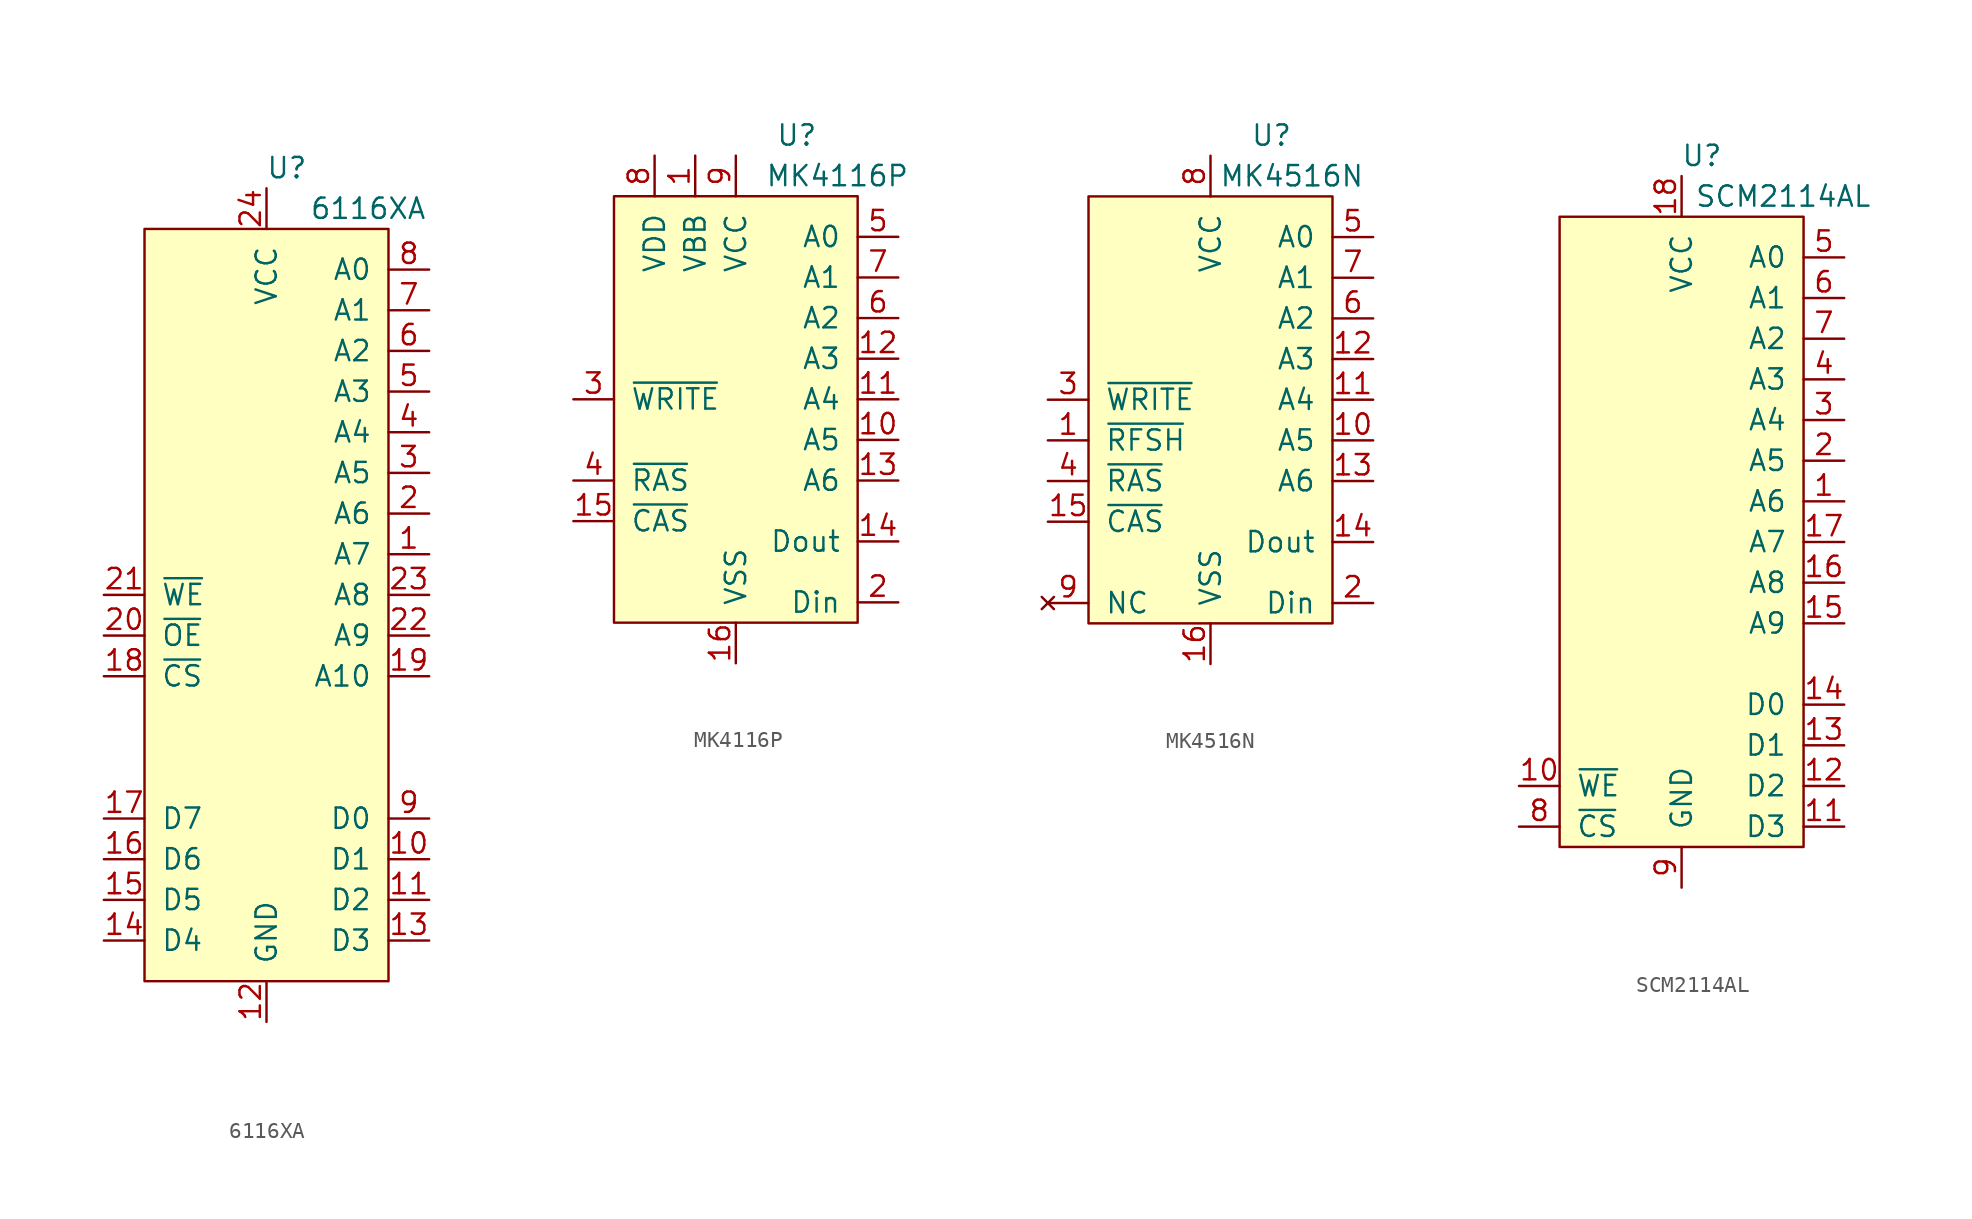
<source format=kicad_sym>
(kicad_symbol_lib
  (version 20220914)
  (generator kicad_symbol_editor)
  (symbol "6116XA"
    (pin_names
      (offset 1.016))
    (property "Reference" "U"
      (at 1.27 7.62 0)
      (effects (font (size 1.27 1.27))))
    (property "Value" "6116XA"
      (at 6.35 5.08 0)
      (effects (font (size 1.27 1.27))))
    (symbol "6116XA_0_1"
      (rectangle (start -7.62 3.81) (end 7.62 -43.18) (stroke (width 0) (type default)) (fill (type background))))
    (symbol "6116XA_1_1"
      (pin input line (at 10.16 -16.51 180) (length 2.54) (name "A7" (effects (font (size 1.27 1.27)))) (number "1" (effects (font (size 1.27 1.27)))))
      (pin bidirectional line (at 10.16 -35.56 180) (length 2.54) (name "D1" (effects (font (size 1.27 1.27)))) (number "10" (effects (font (size 1.27 1.27)))))
      (pin bidirectional line (at 10.16 -38.1 180) (length 2.54) (name "D2" (effects (font (size 1.27 1.27)))) (number "11" (effects (font (size 1.27 1.27)))))
      (pin power_in line (at 0 -45.72 90) (length 2.54) (name "GND" (effects (font (size 1.27 1.27)))) (number "12" (effects (font (size 1.27 1.27)))))
      (pin bidirectional line (at 10.16 -40.64 180) (length 2.54) (name "D3" (effects (font (size 1.27 1.27)))) (number "13" (effects (font (size 1.27 1.27)))))
      (pin bidirectional line (at -10.16 -40.64 0) (length 2.54) (name "D4" (effects (font (size 1.27 1.27)))) (number "14" (effects (font (size 1.27 1.27)))))
      (pin bidirectional line (at -10.16 -38.1 0) (length 2.54) (name "D5" (effects (font (size 1.27 1.27)))) (number "15" (effects (font (size 1.27 1.27)))))
      (pin bidirectional line (at -10.16 -35.56 0) (length 2.54) (name "D6" (effects (font (size 1.27 1.27)))) (number "16" (effects (font (size 1.27 1.27)))))
      (pin bidirectional line (at -10.16 -33.02 0) (length 2.54) (name "D7" (effects (font (size 1.27 1.27)))) (number "17" (effects (font (size 1.27 1.27)))))
      (pin input line (at -10.16 -24.13 0) (length 2.54) (name "~{CS}" (effects (font (size 1.27 1.27)))) (number "18" (effects (font (size 1.27 1.27)))))
      (pin input line (at 10.16 -24.13 180) (length 2.54) (name "A10" (effects (font (size 1.27 1.27)))) (number "19" (effects (font (size 1.27 1.27)))))
      (pin input line (at 10.16 -13.97 180) (length 2.54) (name "A6" (effects (font (size 1.27 1.27)))) (number "2" (effects (font (size 1.27 1.27)))))
      (pin input line (at -10.16 -21.59 0) (length 2.54) (name "~{OE}" (effects (font (size 1.27 1.27)))) (number "20" (effects (font (size 1.27 1.27)))))
      (pin input line (at -10.16 -19.05 0) (length 2.54) (name "~{WE}" (effects (font (size 1.27 1.27)))) (number "21" (effects (font (size 1.27 1.27)))))
      (pin input line (at 10.16 -21.59 180) (length 2.54) (name "A9" (effects (font (size 1.27 1.27)))) (number "22" (effects (font (size 1.27 1.27)))))
      (pin input line (at 10.16 -19.05 180) (length 2.54) (name "A8" (effects (font (size 1.27 1.27)))) (number "23" (effects (font (size 1.27 1.27)))))
      (pin power_in line (at 0 6.35 270) (length 2.54) (name "VCC" (effects (font (size 1.27 1.27)))) (number "24" (effects (font (size 1.27 1.27)))))
      (pin input line (at 10.16 -11.43 180) (length 2.54) (name "A5" (effects (font (size 1.27 1.27)))) (number "3" (effects (font (size 1.27 1.27)))))
      (pin input line (at 10.16 -8.89 180) (length 2.54) (name "A4" (effects (font (size 1.27 1.27)))) (number "4" (effects (font (size 1.27 1.27)))))
      (pin input line (at 10.16 -6.35 180) (length 2.54) (name "A3" (effects (font (size 1.27 1.27)))) (number "5" (effects (font (size 1.27 1.27)))))
      (pin input line (at 10.16 -3.81 180) (length 2.54) (name "A2" (effects (font (size 1.27 1.27)))) (number "6" (effects (font (size 1.27 1.27)))))
      (pin input line (at 10.16 -1.27 180) (length 2.54) (name "A1" (effects (font (size 1.27 1.27)))) (number "7" (effects (font (size 1.27 1.27)))))
      (pin input line (at 10.16 1.27 180) (length 2.54) (name "A0" (effects (font (size 1.27 1.27)))) (number "8" (effects (font (size 1.27 1.27)))))
      (pin bidirectional line (at 10.16 -33.02 180) (length 2.54) (name "D0" (effects (font (size 1.27 1.27)))) (number "9" (effects (font (size 1.27 1.27)))))))
  (symbol "MK4116P"
    (pin_names
      (offset 1.016))
    (property "Reference" "U"
      (at 3.81 7.62 0)
      (effects (font (size 1.27 1.27))))
    (property "Value" "MK4116P"
      (at 6.35 5.08 0)
      (effects (font (size 1.27 1.27))))
    (symbol "MK4116P_0_1"
      (rectangle (start -7.62 3.81) (end 7.62 -22.86) (stroke (width 0) (type default)) (fill (type background))))
    (symbol "MK4116P_1_1"
      (pin power_in line (at -2.54 6.35 270) (length 2.54) (name "VBB" (effects (font (size 1.27 1.27)))) (number "1" (effects (font (size 1.27 1.27)))))
      (pin input line (at 10.16 -11.43 180) (length 2.54) (name "A5" (effects (font (size 1.27 1.27)))) (number "10" (effects (font (size 1.27 1.27)))))
      (pin input line (at 10.16 -8.89 180) (length 2.54) (name "A4" (effects (font (size 1.27 1.27)))) (number "11" (effects (font (size 1.27 1.27)))))
      (pin input line (at 10.16 -6.35 180) (length 2.54) (name "A3" (effects (font (size 1.27 1.27)))) (number "12" (effects (font (size 1.27 1.27)))))
      (pin input line (at 10.16 -13.97 180) (length 2.54) (name "A6" (effects (font (size 1.27 1.27)))) (number "13" (effects (font (size 1.27 1.27)))))
      (pin output line (at 10.16 -17.78 180) (length 2.54) (name "Dout" (effects (font (size 1.27 1.27)))) (number "14" (effects (font (size 1.27 1.27)))))
      (pin input line (at -10.16 -16.51 0) (length 2.54) (name "~{CAS}" (effects (font (size 1.27 1.27)))) (number "15" (effects (font (size 1.27 1.27)))))
      (pin power_in line (at 0 -25.4 90) (length 2.54) (name "VSS" (effects (font (size 1.27 1.27)))) (number "16" (effects (font (size 1.27 1.27)))))
      (pin input line (at 10.16 -21.59 180) (length 2.54) (name "Din" (effects (font (size 1.27 1.27)))) (number "2" (effects (font (size 1.27 1.27)))))
      (pin input line (at -10.16 -8.89 0) (length 2.54) (name "~{WRITE}" (effects (font (size 1.27 1.27)))) (number "3" (effects (font (size 1.27 1.27)))))
      (pin input line (at -10.16 -13.97 0) (length 2.54) (name "~{RAS}" (effects (font (size 1.27 1.27)))) (number "4" (effects (font (size 1.27 1.27)))))
      (pin input line (at 10.16 1.27 180) (length 2.54) (name "A0" (effects (font (size 1.27 1.27)))) (number "5" (effects (font (size 1.27 1.27)))))
      (pin input line (at 10.16 -3.81 180) (length 2.54) (name "A2" (effects (font (size 1.27 1.27)))) (number "6" (effects (font (size 1.27 1.27)))))
      (pin input line (at 10.16 -1.27 180) (length 2.54) (name "A1" (effects (font (size 1.27 1.27)))) (number "7" (effects (font (size 1.27 1.27)))))
      (pin power_in line (at -5.08 6.35 270) (length 2.54) (name "VDD" (effects (font (size 1.27 1.27)))) (number "8" (effects (font (size 1.27 1.27)))))
      (pin power_in line (at 0 6.35 270) (length 2.54) (name "VCC" (effects (font (size 1.27 1.27)))) (number "9" (effects (font (size 1.27 1.27)))))))
  (symbol "MK4516N"
    (pin_names
      (offset 1.016))
    (property "Reference" "U"
      (at 3.81 7.62 0)
      (effects (font (size 1.27 1.27))))
    (property "Value" "MK4516N"
      (at 5.08 5.08 0)
      (effects (font (size 1.27 1.27))))
    (symbol "MK4516N_0_1"
      (rectangle (start -7.62 3.81) (end 7.62 -22.86) (stroke (width 0) (type default)) (fill (type background))))
    (symbol "MK4516N_1_1"
      (pin input line (at -10.16 -11.43 0) (length 2.54) (name "~{RFSH}" (effects (font (size 1.27 1.27)))) (number "1" (effects (font (size 1.27 1.27)))))
      (pin input line (at 10.16 -11.43 180) (length 2.54) (name "A5" (effects (font (size 1.27 1.27)))) (number "10" (effects (font (size 1.27 1.27)))))
      (pin input line (at 10.16 -8.89 180) (length 2.54) (name "A4" (effects (font (size 1.27 1.27)))) (number "11" (effects (font (size 1.27 1.27)))))
      (pin input line (at 10.16 -6.35 180) (length 2.54) (name "A3" (effects (font (size 1.27 1.27)))) (number "12" (effects (font (size 1.27 1.27)))))
      (pin input line (at 10.16 -13.97 180) (length 2.54) (name "A6" (effects (font (size 1.27 1.27)))) (number "13" (effects (font (size 1.27 1.27)))))
      (pin output line (at 10.16 -17.78 180) (length 2.54) (name "Dout" (effects (font (size 1.27 1.27)))) (number "14" (effects (font (size 1.27 1.27)))))
      (pin input line (at -10.16 -16.51 0) (length 2.54) (name "~{CAS}" (effects (font (size 1.27 1.27)))) (number "15" (effects (font (size 1.27 1.27)))))
      (pin power_in line (at 0 -25.4 90) (length 2.54) (name "VSS" (effects (font (size 1.27 1.27)))) (number "16" (effects (font (size 1.27 1.27)))))
      (pin input line (at 10.16 -21.59 180) (length 2.54) (name "Din" (effects (font (size 1.27 1.27)))) (number "2" (effects (font (size 1.27 1.27)))))
      (pin input line (at -10.16 -8.89 0) (length 2.54) (name "~{WRITE}" (effects (font (size 1.27 1.27)))) (number "3" (effects (font (size 1.27 1.27)))))
      (pin input line (at -10.16 -13.97 0) (length 2.54) (name "~{RAS}" (effects (font (size 1.27 1.27)))) (number "4" (effects (font (size 1.27 1.27)))))
      (pin input line (at 10.16 1.27 180) (length 2.54) (name "A0" (effects (font (size 1.27 1.27)))) (number "5" (effects (font (size 1.27 1.27)))))
      (pin input line (at 10.16 -3.81 180) (length 2.54) (name "A2" (effects (font (size 1.27 1.27)))) (number "6" (effects (font (size 1.27 1.27)))))
      (pin input line (at 10.16 -1.27 180) (length 2.54) (name "A1" (effects (font (size 1.27 1.27)))) (number "7" (effects (font (size 1.27 1.27)))))
      (pin power_in line (at 0 6.35 270) (length 2.54) (name "VCC" (effects (font (size 1.27 1.27)))) (number "8" (effects (font (size 1.27 1.27)))))
      (pin no_connect line (at -10.16 -21.59 0) (length 2.54) (name "NC" (effects (font (size 1.27 1.27)))) (number "9" (effects (font (size 1.27 1.27)))))))
  (symbol "SCM2114AL"
    (pin_names
      (offset 1.016))
    (property "Reference" "U"
      (at 1.27 7.62 0)
      (effects (font (size 1.27 1.27))))
    (property "Value" "SCM2114AL"
      (at 6.35 5.08 0)
      (effects (font (size 1.27 1.27))))
    (symbol "SCM2114AL_0_1"
      (rectangle (start -7.62 3.81) (end 7.62 -35.56) (stroke (width 0) (type default)) (fill (type background))))
    (symbol "SCM2114AL_1_1"
      (pin input line (at 10.16 -13.97 180) (length 2.54) (name "A6" (effects (font (size 1.27 1.27)))) (number "1" (effects (font (size 1.27 1.27)))))
      (pin input line (at -10.16 -31.75 0) (length 2.54) (name "~{WE}" (effects (font (size 1.27 1.27)))) (number "10" (effects (font (size 1.27 1.27)))))
      (pin bidirectional line (at 10.16 -34.29 180) (length 2.54) (name "D3" (effects (font (size 1.27 1.27)))) (number "11" (effects (font (size 1.27 1.27)))))
      (pin bidirectional line (at 10.16 -31.75 180) (length 2.54) (name "D2" (effects (font (size 1.27 1.27)))) (number "12" (effects (font (size 1.27 1.27)))))
      (pin bidirectional line (at 10.16 -29.21 180) (length 2.54) (name "D1" (effects (font (size 1.27 1.27)))) (number "13" (effects (font (size 1.27 1.27)))))
      (pin bidirectional line (at 10.16 -26.67 180) (length 2.54) (name "D0" (effects (font (size 1.27 1.27)))) (number "14" (effects (font (size 1.27 1.27)))))
      (pin input line (at 10.16 -21.59 180) (length 2.54) (name "A9" (effects (font (size 1.27 1.27)))) (number "15" (effects (font (size 1.27 1.27)))))
      (pin input line (at 10.16 -19.05 180) (length 2.54) (name "A8" (effects (font (size 1.27 1.27)))) (number "16" (effects (font (size 1.27 1.27)))))
      (pin input line (at 10.16 -16.51 180) (length 2.54) (name "A7" (effects (font (size 1.27 1.27)))) (number "17" (effects (font (size 1.27 1.27)))))
      (pin power_in line (at 0 6.35 270) (length 2.54) (name "VCC" (effects (font (size 1.27 1.27)))) (number "18" (effects (font (size 1.27 1.27)))))
      (pin input line (at 10.16 -11.43 180) (length 2.54) (name "A5" (effects (font (size 1.27 1.27)))) (number "2" (effects (font (size 1.27 1.27)))))
      (pin input line (at 10.16 -8.89 180) (length 2.54) (name "A4" (effects (font (size 1.27 1.27)))) (number "3" (effects (font (size 1.27 1.27)))))
      (pin input line (at 10.16 -6.35 180) (length 2.54) (name "A3" (effects (font (size 1.27 1.27)))) (number "4" (effects (font (size 1.27 1.27)))))
      (pin input line (at 10.16 1.27 180) (length 2.54) (name "A0" (effects (font (size 1.27 1.27)))) (number "5" (effects (font (size 1.27 1.27)))))
      (pin input line (at 10.16 -1.27 180) (length 2.54) (name "A1" (effects (font (size 1.27 1.27)))) (number "6" (effects (font (size 1.27 1.27)))))
      (pin input line (at 10.16 -3.81 180) (length 2.54) (name "A2" (effects (font (size 1.27 1.27)))) (number "7" (effects (font (size 1.27 1.27)))))
      (pin input line (at -10.16 -34.29 0) (length 2.54) (name "~{CS}" (effects (font (size 1.27 1.27)))) (number "8" (effects (font (size 1.27 1.27)))))
      (pin power_in line (at 0 -38.1 90) (length 2.54) (name "GND" (effects (font (size 1.27 1.27)))) (number "9" (effects (font (size 1.27 1.27))))))))
</source>
